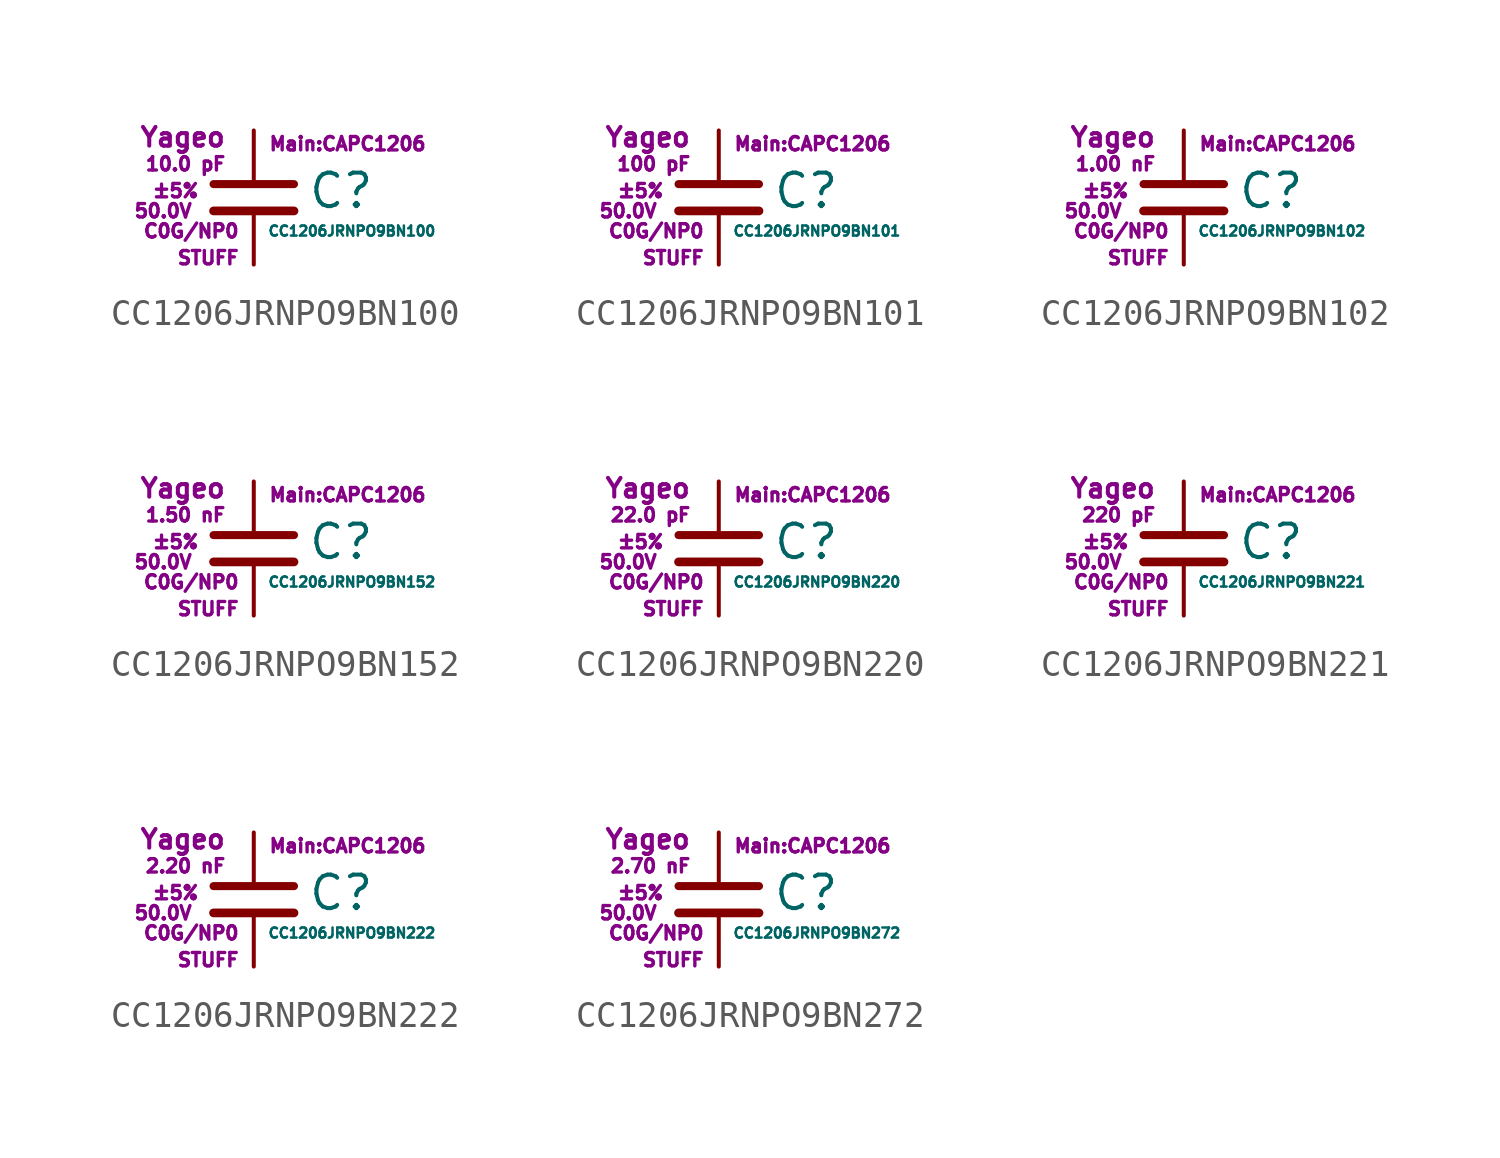
<source format=kicad_sym>
(kicad_symbol_lib
  (version 20211014)
  (generator kicad_symbol_editor)
  (symbol "CC1206JRNPO9BN100"
    (pin_numbers hide)
    (pin_names
      (offset 0.254) hide)
    (property "Reference" "C"
      (at 2.032 0.254 0)
      (effects (font (size 1.27 1.27)) (justify left)))
    (property "Value" "CC1206JRNPO9BN100"
      (at 0.508 -1.27 0)
      (effects (font (size 0.381 0.381)) (justify left)))
    (property "Footprint" "Main:CAPC1206"
      (at 3.556 2.032 0)
      (effects (font (size 0.508 0.508))))
    (property "Datasheet" ""
      (at 0.762 0.508 0)
      (effects (font (size 1.27 1.27))))
    (property "Manufacturer" "Yageo"
      (at -1.016 2.286 0)
      (effects (font (size 0.711 0.711)) (justify right)))
    (property "SKU" "STUFF"
      (at -0.508 -2.286 0)
      (effects (font (size 0.508 0.508)) (justify right)))
    (property "C" "10.0 pF"
      (at -1.016 1.27 0)
      (effects (font (size 0.508 0.508)) (justify right)))
    (property "Tol" "±5%"
      (at -2.032 0.254 0)
      (effects (font (size 0.508 0.508)) (justify right)))
    (property "Vmax" "50.0V"
      (at -2.286 -0.508 0)
      (effects (font (size 0.508 0.508)) (justify right)))
    (property "Type" "C0G/NP0"
      (at -0.508 -1.27 0)
      (effects (font (size 0.508 0.508)) (justify right)))
    (symbol "CC1206JRNPO9BN100_0_1"
      (polyline (pts (xy -1.524 -0.508) (xy 1.524 -0.508)) (stroke (width 0.33) (type default) (color 0 0 0 0)) (fill (type none)))
      (polyline (pts (xy -1.524 0.508) (xy 1.524 0.508)) (stroke (width 0.305) (type default) (color 0 0 0 0)) (fill (type none))))
    (symbol "CC1206JRNPO9BN100_1_1"
      (pin passive line (at 0 2.54 270) (length 1.905) (name "~" (effects (font (size 1.016 1.016)))) (number "1" (effects (font (size 1.016 1.016)))))
      (pin passive line (at 0 -2.54 90) (length 2.032) (name "~" (effects (font (size 1.016 1.016)))) (number "2" (effects (font (size 1.016 1.016)))))))
  (symbol "CC1206JRNPO9BN101"
    (pin_numbers hide)
    (pin_names
      (offset 0.254) hide)
    (property "Reference" "C"
      (at 2.032 0.254 0)
      (effects (font (size 1.27 1.27)) (justify left)))
    (property "Value" "CC1206JRNPO9BN101"
      (at 0.508 -1.27 0)
      (effects (font (size 0.381 0.381)) (justify left)))
    (property "Footprint" "Main:CAPC1206"
      (at 3.556 2.032 0)
      (effects (font (size 0.508 0.508))))
    (property "Datasheet" ""
      (at 0.762 0.508 0)
      (effects (font (size 1.27 1.27))))
    (property "Manufacturer" "Yageo"
      (at -1.016 2.286 0)
      (effects (font (size 0.711 0.711)) (justify right)))
    (property "SKU" "STUFF"
      (at -0.508 -2.286 0)
      (effects (font (size 0.508 0.508)) (justify right)))
    (property "C" "100 pF"
      (at -1.016 1.27 0)
      (effects (font (size 0.508 0.508)) (justify right)))
    (property "Tol" "±5%"
      (at -2.032 0.254 0)
      (effects (font (size 0.508 0.508)) (justify right)))
    (property "Vmax" "50.0V"
      (at -2.286 -0.508 0)
      (effects (font (size 0.508 0.508)) (justify right)))
    (property "Type" "C0G/NP0"
      (at -0.508 -1.27 0)
      (effects (font (size 0.508 0.508)) (justify right)))
    (symbol "CC1206JRNPO9BN101_0_1"
      (polyline (pts (xy -1.524 -0.508) (xy 1.524 -0.508)) (stroke (width 0.33) (type default) (color 0 0 0 0)) (fill (type none)))
      (polyline (pts (xy -1.524 0.508) (xy 1.524 0.508)) (stroke (width 0.305) (type default) (color 0 0 0 0)) (fill (type none))))
    (symbol "CC1206JRNPO9BN101_1_1"
      (pin passive line (at 0 2.54 270) (length 1.905) (name "~" (effects (font (size 1.016 1.016)))) (number "1" (effects (font (size 1.016 1.016)))))
      (pin passive line (at 0 -2.54 90) (length 2.032) (name "~" (effects (font (size 1.016 1.016)))) (number "2" (effects (font (size 1.016 1.016)))))))
  (symbol "CC1206JRNPO9BN102"
    (pin_numbers hide)
    (pin_names
      (offset 0.254) hide)
    (property "Reference" "C"
      (at 2.032 0.254 0)
      (effects (font (size 1.27 1.27)) (justify left)))
    (property "Value" "CC1206JRNPO9BN102"
      (at 0.508 -1.27 0)
      (effects (font (size 0.381 0.381)) (justify left)))
    (property "Footprint" "Main:CAPC1206"
      (at 3.556 2.032 0)
      (effects (font (size 0.508 0.508))))
    (property "Datasheet" ""
      (at 0.762 0.508 0)
      (effects (font (size 1.27 1.27))))
    (property "Manufacturer" "Yageo"
      (at -1.016 2.286 0)
      (effects (font (size 0.711 0.711)) (justify right)))
    (property "SKU" "STUFF"
      (at -0.508 -2.286 0)
      (effects (font (size 0.508 0.508)) (justify right)))
    (property "C" "1.00 nF"
      (at -1.016 1.27 0)
      (effects (font (size 0.508 0.508)) (justify right)))
    (property "Tol" "±5%"
      (at -2.032 0.254 0)
      (effects (font (size 0.508 0.508)) (justify right)))
    (property "Vmax" "50.0V"
      (at -2.286 -0.508 0)
      (effects (font (size 0.508 0.508)) (justify right)))
    (property "Type" "C0G/NP0"
      (at -0.508 -1.27 0)
      (effects (font (size 0.508 0.508)) (justify right)))
    (symbol "CC1206JRNPO9BN102_0_1"
      (polyline (pts (xy -1.524 -0.508) (xy 1.524 -0.508)) (stroke (width 0.33) (type default) (color 0 0 0 0)) (fill (type none)))
      (polyline (pts (xy -1.524 0.508) (xy 1.524 0.508)) (stroke (width 0.305) (type default) (color 0 0 0 0)) (fill (type none))))
    (symbol "CC1206JRNPO9BN102_1_1"
      (pin passive line (at 0 2.54 270) (length 1.905) (name "~" (effects (font (size 1.016 1.016)))) (number "1" (effects (font (size 1.016 1.016)))))
      (pin passive line (at 0 -2.54 90) (length 2.032) (name "~" (effects (font (size 1.016 1.016)))) (number "2" (effects (font (size 1.016 1.016)))))))
  (symbol "CC1206JRNPO9BN152"
    (pin_numbers hide)
    (pin_names
      (offset 0.254) hide)
    (property "Reference" "C"
      (at 2.032 0.254 0)
      (effects (font (size 1.27 1.27)) (justify left)))
    (property "Value" "CC1206JRNPO9BN152"
      (at 0.508 -1.27 0)
      (effects (font (size 0.381 0.381)) (justify left)))
    (property "Footprint" "Main:CAPC1206"
      (at 3.556 2.032 0)
      (effects (font (size 0.508 0.508))))
    (property "Datasheet" ""
      (at 0.762 0.508 0)
      (effects (font (size 1.27 1.27))))
    (property "Manufacturer" "Yageo"
      (at -1.016 2.286 0)
      (effects (font (size 0.711 0.711)) (justify right)))
    (property "SKU" "STUFF"
      (at -0.508 -2.286 0)
      (effects (font (size 0.508 0.508)) (justify right)))
    (property "C" "1.50 nF"
      (at -1.016 1.27 0)
      (effects (font (size 0.508 0.508)) (justify right)))
    (property "Tol" "±5%"
      (at -2.032 0.254 0)
      (effects (font (size 0.508 0.508)) (justify right)))
    (property "Vmax" "50.0V"
      (at -2.286 -0.508 0)
      (effects (font (size 0.508 0.508)) (justify right)))
    (property "Type" "C0G/NP0"
      (at -0.508 -1.27 0)
      (effects (font (size 0.508 0.508)) (justify right)))
    (symbol "CC1206JRNPO9BN152_0_1"
      (polyline (pts (xy -1.524 -0.508) (xy 1.524 -0.508)) (stroke (width 0.33) (type default) (color 0 0 0 0)) (fill (type none)))
      (polyline (pts (xy -1.524 0.508) (xy 1.524 0.508)) (stroke (width 0.305) (type default) (color 0 0 0 0)) (fill (type none))))
    (symbol "CC1206JRNPO9BN152_1_1"
      (pin passive line (at 0 2.54 270) (length 1.905) (name "~" (effects (font (size 1.016 1.016)))) (number "1" (effects (font (size 1.016 1.016)))))
      (pin passive line (at 0 -2.54 90) (length 2.032) (name "~" (effects (font (size 1.016 1.016)))) (number "2" (effects (font (size 1.016 1.016)))))))
  (symbol "CC1206JRNPO9BN220"
    (pin_numbers hide)
    (pin_names
      (offset 0.254) hide)
    (property "Reference" "C"
      (at 2.032 0.254 0)
      (effects (font (size 1.27 1.27)) (justify left)))
    (property "Value" "CC1206JRNPO9BN220"
      (at 0.508 -1.27 0)
      (effects (font (size 0.381 0.381)) (justify left)))
    (property "Footprint" "Main:CAPC1206"
      (at 3.556 2.032 0)
      (effects (font (size 0.508 0.508))))
    (property "Datasheet" ""
      (at 0.762 0.508 0)
      (effects (font (size 1.27 1.27))))
    (property "Manufacturer" "Yageo"
      (at -1.016 2.286 0)
      (effects (font (size 0.711 0.711)) (justify right)))
    (property "SKU" "STUFF"
      (at -0.508 -2.286 0)
      (effects (font (size 0.508 0.508)) (justify right)))
    (property "C" "22.0 pF"
      (at -1.016 1.27 0)
      (effects (font (size 0.508 0.508)) (justify right)))
    (property "Tol" "±5%"
      (at -2.032 0.254 0)
      (effects (font (size 0.508 0.508)) (justify right)))
    (property "Vmax" "50.0V"
      (at -2.286 -0.508 0)
      (effects (font (size 0.508 0.508)) (justify right)))
    (property "Type" "C0G/NP0"
      (at -0.508 -1.27 0)
      (effects (font (size 0.508 0.508)) (justify right)))
    (symbol "CC1206JRNPO9BN220_0_1"
      (polyline (pts (xy -1.524 -0.508) (xy 1.524 -0.508)) (stroke (width 0.33) (type default) (color 0 0 0 0)) (fill (type none)))
      (polyline (pts (xy -1.524 0.508) (xy 1.524 0.508)) (stroke (width 0.305) (type default) (color 0 0 0 0)) (fill (type none))))
    (symbol "CC1206JRNPO9BN220_1_1"
      (pin passive line (at 0 2.54 270) (length 1.905) (name "~" (effects (font (size 1.016 1.016)))) (number "1" (effects (font (size 1.016 1.016)))))
      (pin passive line (at 0 -2.54 90) (length 2.032) (name "~" (effects (font (size 1.016 1.016)))) (number "2" (effects (font (size 1.016 1.016)))))))
  (symbol "CC1206JRNPO9BN221"
    (pin_numbers hide)
    (pin_names
      (offset 0.254) hide)
    (property "Reference" "C"
      (at 2.032 0.254 0)
      (effects (font (size 1.27 1.27)) (justify left)))
    (property "Value" "CC1206JRNPO9BN221"
      (at 0.508 -1.27 0)
      (effects (font (size 0.381 0.381)) (justify left)))
    (property "Footprint" "Main:CAPC1206"
      (at 3.556 2.032 0)
      (effects (font (size 0.508 0.508))))
    (property "Datasheet" ""
      (at 0.762 0.508 0)
      (effects (font (size 1.27 1.27))))
    (property "Manufacturer" "Yageo"
      (at -1.016 2.286 0)
      (effects (font (size 0.711 0.711)) (justify right)))
    (property "SKU" "STUFF"
      (at -0.508 -2.286 0)
      (effects (font (size 0.508 0.508)) (justify right)))
    (property "C" "220 pF"
      (at -1.016 1.27 0)
      (effects (font (size 0.508 0.508)) (justify right)))
    (property "Tol" "±5%"
      (at -2.032 0.254 0)
      (effects (font (size 0.508 0.508)) (justify right)))
    (property "Vmax" "50.0V"
      (at -2.286 -0.508 0)
      (effects (font (size 0.508 0.508)) (justify right)))
    (property "Type" "C0G/NP0"
      (at -0.508 -1.27 0)
      (effects (font (size 0.508 0.508)) (justify right)))
    (symbol "CC1206JRNPO9BN221_0_1"
      (polyline (pts (xy -1.524 -0.508) (xy 1.524 -0.508)) (stroke (width 0.33) (type default) (color 0 0 0 0)) (fill (type none)))
      (polyline (pts (xy -1.524 0.508) (xy 1.524 0.508)) (stroke (width 0.305) (type default) (color 0 0 0 0)) (fill (type none))))
    (symbol "CC1206JRNPO9BN221_1_1"
      (pin passive line (at 0 2.54 270) (length 1.905) (name "~" (effects (font (size 1.016 1.016)))) (number "1" (effects (font (size 1.016 1.016)))))
      (pin passive line (at 0 -2.54 90) (length 2.032) (name "~" (effects (font (size 1.016 1.016)))) (number "2" (effects (font (size 1.016 1.016)))))))
  (symbol "CC1206JRNPO9BN222"
    (pin_numbers hide)
    (pin_names
      (offset 0.254) hide)
    (property "Reference" "C"
      (at 2.032 0.254 0)
      (effects (font (size 1.27 1.27)) (justify left)))
    (property "Value" "CC1206JRNPO9BN222"
      (at 0.508 -1.27 0)
      (effects (font (size 0.381 0.381)) (justify left)))
    (property "Footprint" "Main:CAPC1206"
      (at 3.556 2.032 0)
      (effects (font (size 0.508 0.508))))
    (property "Datasheet" ""
      (at 0.762 0.508 0)
      (effects (font (size 1.27 1.27))))
    (property "Manufacturer" "Yageo"
      (at -1.016 2.286 0)
      (effects (font (size 0.711 0.711)) (justify right)))
    (property "SKU" "STUFF"
      (at -0.508 -2.286 0)
      (effects (font (size 0.508 0.508)) (justify right)))
    (property "C" "2.20 nF"
      (at -1.016 1.27 0)
      (effects (font (size 0.508 0.508)) (justify right)))
    (property "Tol" "±5%"
      (at -2.032 0.254 0)
      (effects (font (size 0.508 0.508)) (justify right)))
    (property "Vmax" "50.0V"
      (at -2.286 -0.508 0)
      (effects (font (size 0.508 0.508)) (justify right)))
    (property "Type" "C0G/NP0"
      (at -0.508 -1.27 0)
      (effects (font (size 0.508 0.508)) (justify right)))
    (symbol "CC1206JRNPO9BN222_0_1"
      (polyline (pts (xy -1.524 -0.508) (xy 1.524 -0.508)) (stroke (width 0.33) (type default) (color 0 0 0 0)) (fill (type none)))
      (polyline (pts (xy -1.524 0.508) (xy 1.524 0.508)) (stroke (width 0.305) (type default) (color 0 0 0 0)) (fill (type none))))
    (symbol "CC1206JRNPO9BN222_1_1"
      (pin passive line (at 0 2.54 270) (length 1.905) (name "~" (effects (font (size 1.016 1.016)))) (number "1" (effects (font (size 1.016 1.016)))))
      (pin passive line (at 0 -2.54 90) (length 2.032) (name "~" (effects (font (size 1.016 1.016)))) (number "2" (effects (font (size 1.016 1.016)))))))
  (symbol "CC1206JRNPO9BN272"
    (pin_numbers hide)
    (pin_names
      (offset 0.254) hide)
    (property "Reference" "C"
      (at 2.032 0.254 0)
      (effects (font (size 1.27 1.27)) (justify left)))
    (property "Value" "CC1206JRNPO9BN272"
      (at 0.508 -1.27 0)
      (effects (font (size 0.381 0.381)) (justify left)))
    (property "Footprint" "Main:CAPC1206"
      (at 3.556 2.032 0)
      (effects (font (size 0.508 0.508))))
    (property "Datasheet" ""
      (at 0.762 0.508 0)
      (effects (font (size 1.27 1.27))))
    (property "Manufacturer" "Yageo"
      (at -1.016 2.286 0)
      (effects (font (size 0.711 0.711)) (justify right)))
    (property "SKU" "STUFF"
      (at -0.508 -2.286 0)
      (effects (font (size 0.508 0.508)) (justify right)))
    (property "C" "2.70 nF"
      (at -1.016 1.27 0)
      (effects (font (size 0.508 0.508)) (justify right)))
    (property "Tol" "±5%"
      (at -2.032 0.254 0)
      (effects (font (size 0.508 0.508)) (justify right)))
    (property "Vmax" "50.0V"
      (at -2.286 -0.508 0)
      (effects (font (size 0.508 0.508)) (justify right)))
    (property "Type" "C0G/NP0"
      (at -0.508 -1.27 0)
      (effects (font (size 0.508 0.508)) (justify right)))
    (symbol "CC1206JRNPO9BN272_0_1"
      (polyline (pts (xy -1.524 -0.508) (xy 1.524 -0.508)) (stroke (width 0.33) (type default) (color 0 0 0 0)) (fill (type none)))
      (polyline (pts (xy -1.524 0.508) (xy 1.524 0.508)) (stroke (width 0.305) (type default) (color 0 0 0 0)) (fill (type none))))
    (symbol "CC1206JRNPO9BN272_1_1"
      (pin passive line (at 0 2.54 270) (length 1.905) (name "~" (effects (font (size 1.016 1.016)))) (number "1" (effects (font (size 1.016 1.016)))))
      (pin passive line (at 0 -2.54 90) (length 2.032) (name "~" (effects (font (size 1.016 1.016)))) (number "2" (effects (font (size 1.016 1.016))))))))
</source>
